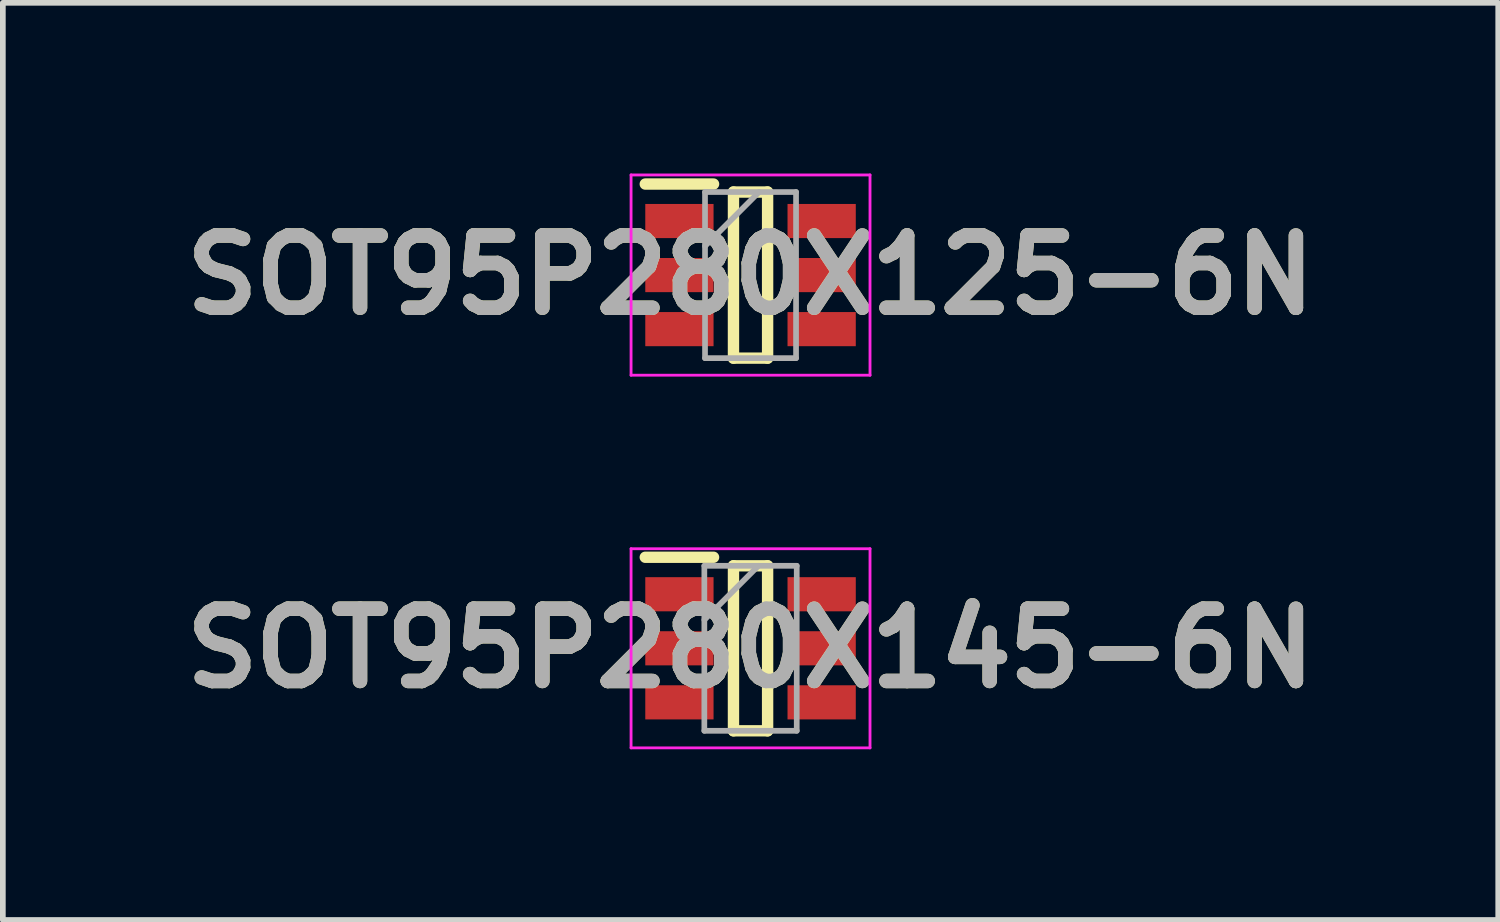
<source format=kicad_pcb>
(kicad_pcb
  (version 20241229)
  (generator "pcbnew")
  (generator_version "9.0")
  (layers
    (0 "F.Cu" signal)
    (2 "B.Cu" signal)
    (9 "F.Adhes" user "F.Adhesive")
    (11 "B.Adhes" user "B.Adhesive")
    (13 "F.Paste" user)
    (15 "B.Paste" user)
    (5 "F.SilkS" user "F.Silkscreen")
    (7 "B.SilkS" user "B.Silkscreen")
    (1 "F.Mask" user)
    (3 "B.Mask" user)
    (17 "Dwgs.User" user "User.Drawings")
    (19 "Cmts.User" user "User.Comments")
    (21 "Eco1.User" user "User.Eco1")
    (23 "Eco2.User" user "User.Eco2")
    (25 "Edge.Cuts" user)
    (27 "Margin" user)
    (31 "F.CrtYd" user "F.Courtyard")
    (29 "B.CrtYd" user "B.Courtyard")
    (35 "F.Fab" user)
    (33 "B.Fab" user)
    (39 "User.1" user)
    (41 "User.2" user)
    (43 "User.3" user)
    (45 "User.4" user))
  (footprint "SOT95P280X125-6N"
    (layer "F.Cu")
    (at 10.142 1.785)
    (property "Reference" "SOT95P280X125-6N" (at 0 0 0) (layer "F.SilkS") (effects (font (size 1.27 1.27) (thickness 0.254))))
    (attr smd)
    (fp_line (start -1.85 -1.6) (end -0.65 -1.6) (stroke (width 0.2) (type solid)) (layer "F.SilkS"))
    (fp_line (start -0.3 -1.46) (end 0.3 -1.46) (stroke (width 0.2) (type solid)) (layer "F.SilkS"))
    (fp_line (start -0.3 1.46) (end -0.3 -1.46) (stroke (width 0.2) (type solid)) (layer "F.SilkS"))
    (fp_line (start 0.3 -1.46) (end 0.3 1.46) (stroke (width 0.2) (type solid)) (layer "F.SilkS"))
    (fp_line (start 0.3 1.46) (end -0.3 1.46) (stroke (width 0.2) (type solid)) (layer "F.SilkS"))
    (fp_line (start -2.1 -1.76) (end 2.1 -1.76) (stroke (width 0.05) (type solid)) (layer "F.CrtYd"))
    (fp_line (start -2.1 1.76) (end -2.1 -1.76) (stroke (width 0.05) (type solid)) (layer "F.CrtYd"))
    (fp_line (start 2.1 -1.76) (end 2.1 1.76) (stroke (width 0.05) (type solid)) (layer "F.CrtYd"))
    (fp_line (start 2.1 1.76) (end -2.1 1.76) (stroke (width 0.05) (type solid)) (layer "F.CrtYd"))
    (fp_line (start -0.8 -1.46) (end 0.8 -1.46) (stroke (width 0.1) (type solid)) (layer "F.Fab"))
    (fp_line (start -0.8 -0.51) (end 0.15 -1.46) (stroke (width 0.1) (type solid)) (layer "F.Fab"))
    (fp_line (start -0.8 1.46) (end -0.8 -1.46) (stroke (width 0.1) (type solid)) (layer "F.Fab"))
    (fp_line (start 0.8 -1.46) (end 0.8 1.46) (stroke (width 0.1) (type solid)) (layer "F.Fab"))
    (fp_line (start 0.8 1.46) (end -0.8 1.46) (stroke (width 0.1) (type solid)) (layer "F.Fab"))
    (fp_text user "${REFERENCE}" (at 0 0 0) (layer "F.Fab") (effects (font (size 1.27 1.27) (thickness 0.254))))
    (pad "1" smd rect (at -1.25 -0.95 90) (size 0.6 1.2) (layers "F.Cu" "F.Mask" "F.Paste"))
    (pad "2" smd rect (at -1.25 0 90) (size 0.6 1.2) (layers "F.Cu" "F.Mask" "F.Paste"))
    (pad "3" smd rect (at -1.25 0.95 90) (size 0.6 1.2) (layers "F.Cu" "F.Mask" "F.Paste"))
    (pad "4" smd rect (at 1.25 0.95 90) (size 0.6 1.2) (layers "F.Cu" "F.Mask" "F.Paste"))
    (pad "5" smd rect (at 1.25 0 90) (size 0.6 1.2) (layers "F.Cu" "F.Mask" "F.Paste"))
    (pad "6" smd rect (at 1.25 -0.95 90) (size 0.6 1.2) (layers "F.Cu" "F.Mask" "F.Paste")))
  (footprint "SOT95P280X145-6N"
    (layer "F.Cu")
    (at 10.142 8.345)
    (property "Reference" "SOT95P280X145-6N" (at 0 0 0) (layer "F.SilkS") (effects (font (size 1.27 1.27) (thickness 0.254))))
    (attr smd)
    (fp_line (start -1.85 -1.6) (end -0.65 -1.6) (stroke (width 0.2) (type solid)) (layer "F.SilkS"))
    (fp_line (start -0.3 -1.45) (end 0.3 -1.45) (stroke (width 0.2) (type solid)) (layer "F.SilkS"))
    (fp_line (start -0.3 1.45) (end -0.3 -1.45) (stroke (width 0.2) (type solid)) (layer "F.SilkS"))
    (fp_line (start 0.3 -1.45) (end 0.3 1.45) (stroke (width 0.2) (type solid)) (layer "F.SilkS"))
    (fp_line (start 0.3 1.45) (end -0.3 1.45) (stroke (width 0.2) (type solid)) (layer "F.SilkS"))
    (fp_line (start -2.1 -1.75) (end 2.1 -1.75) (stroke (width 0.05) (type solid)) (layer "F.CrtYd"))
    (fp_line (start -2.1 1.75) (end -2.1 -1.75) (stroke (width 0.05) (type solid)) (layer "F.CrtYd"))
    (fp_line (start 2.1 -1.75) (end 2.1 1.75) (stroke (width 0.05) (type solid)) (layer "F.CrtYd"))
    (fp_line (start 2.1 1.75) (end -2.1 1.75) (stroke (width 0.05) (type solid)) (layer "F.CrtYd"))
    (fp_line (start -0.812 -1.45) (end 0.812 -1.45) (stroke (width 0.1) (type solid)) (layer "F.Fab"))
    (fp_line (start -0.812 -0.5) (end 0.138 -1.45) (stroke (width 0.1) (type solid)) (layer "F.Fab"))
    (fp_line (start -0.812 1.45) (end -0.812 -1.45) (stroke (width 0.1) (type solid)) (layer "F.Fab"))
    (fp_line (start 0.812 -1.45) (end 0.812 1.45) (stroke (width 0.1) (type solid)) (layer "F.Fab"))
    (fp_line (start 0.812 1.45) (end -0.812 1.45) (stroke (width 0.1) (type solid)) (layer "F.Fab"))
    (fp_text user "${REFERENCE}" (at 0 0 0) (layer "F.Fab") (effects (font (size 1.27 1.27) (thickness 0.254))))
    (pad "1" smd rect (at -1.25 -0.95 90) (size 0.6 1.2) (layers "F.Cu" "F.Mask" "F.Paste"))
    (pad "2" smd rect (at -1.25 0 90) (size 0.6 1.2) (layers "F.Cu" "F.Mask" "F.Paste"))
    (pad "3" smd rect (at -1.25 0.95 90) (size 0.6 1.2) (layers "F.Cu" "F.Mask" "F.Paste"))
    (pad "4" smd rect (at 1.25 0.95 90) (size 0.6 1.2) (layers "F.Cu" "F.Mask" "F.Paste"))
    (pad "5" smd rect (at 1.25 0 90) (size 0.6 1.2) (layers "F.Cu" "F.Mask" "F.Paste"))
    (pad "6" smd rect (at 1.25 -0.95 90) (size 0.6 1.2) (layers "F.Cu" "F.Mask" "F.Paste")))
  (gr_rect
    (start -3 -3)
    (end 23.284 13.12)
    (stroke (width 0.1) (type default))
    (fill no)
    (layer "Edge.Cuts")))
</source>
